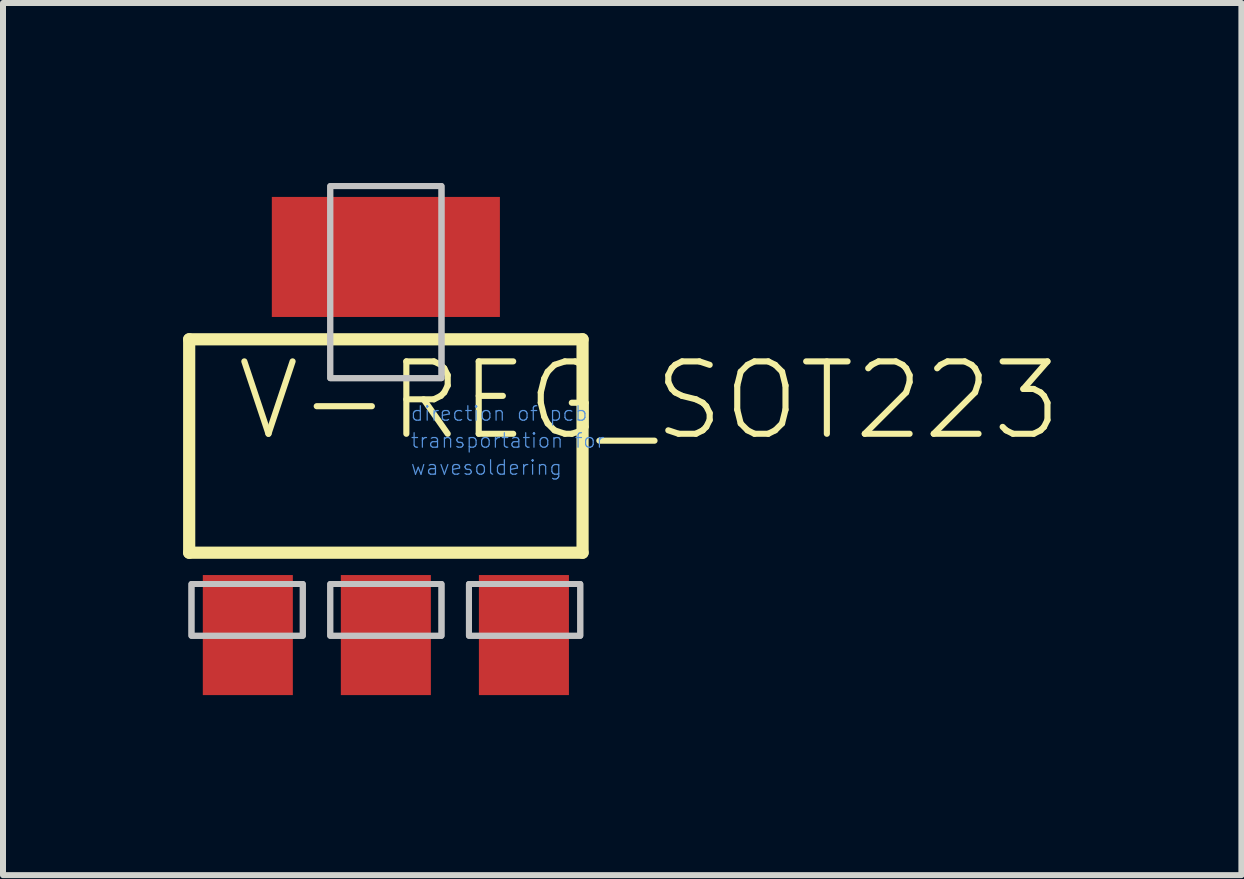
<source format=kicad_pcb>
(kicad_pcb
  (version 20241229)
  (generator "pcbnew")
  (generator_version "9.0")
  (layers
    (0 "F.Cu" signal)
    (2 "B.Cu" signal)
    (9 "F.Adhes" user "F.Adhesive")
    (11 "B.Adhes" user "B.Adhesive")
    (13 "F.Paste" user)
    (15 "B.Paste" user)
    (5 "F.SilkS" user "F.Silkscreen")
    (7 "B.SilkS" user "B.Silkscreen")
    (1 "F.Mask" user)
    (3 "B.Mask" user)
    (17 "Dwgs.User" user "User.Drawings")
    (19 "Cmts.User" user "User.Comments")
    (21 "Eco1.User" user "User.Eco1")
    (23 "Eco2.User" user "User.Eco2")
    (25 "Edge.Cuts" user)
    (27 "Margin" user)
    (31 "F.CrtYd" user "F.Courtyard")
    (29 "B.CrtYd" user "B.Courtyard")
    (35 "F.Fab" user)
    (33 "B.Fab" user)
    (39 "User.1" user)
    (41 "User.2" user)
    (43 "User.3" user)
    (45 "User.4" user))
  (footprint "V-REG_SOT223"
    (layer "F.Cu")
    (at 3.379 4.381)
    (property "Reference" "V-REG_SOT223" (at -2.54 -0.051 0) (layer "F.SilkS") (effects (font (size 1.206 1.206) (thickness 0.102)) (justify left bottom)))
    (attr through_hole)
    (fp_line (start -3.277 -1.778) (end 3.277 -1.778) (stroke (width 0.203) (type solid)) (layer "F.SilkS"))
    (fp_line (start -3.277 1.778) (end -3.277 -1.778) (stroke (width 0.203) (type solid)) (layer "F.SilkS"))
    (fp_line (start 3.277 -1.778) (end 3.277 1.778) (stroke (width 0.203) (type solid)) (layer "F.SilkS"))
    (fp_line (start 3.277 1.778) (end -3.277 1.778) (stroke (width 0.203) (type solid)) (layer "F.SilkS"))
    (fp_poly (pts (xy -3.239 3.162) (xy -1.384 3.162) (xy -1.384 2.299) (xy -3.239 2.299)) (stroke (width 0.1) (type solid)) (fill no) (layer "Dwgs.User"))
    (fp_poly (pts (xy -3.239 3.162) (xy -1.384 3.162) (xy -1.384 2.299) (xy -3.239 2.299)) (stroke (width 0.1) (type solid)) (fill no) (layer "Dwgs.User"))
    (fp_poly (pts (xy -0.927 -1.13) (xy 0.927 -1.13) (xy 0.927 -4.331) (xy -0.927 -4.331)) (stroke (width 0.1) (type solid)) (fill no) (layer "Dwgs.User"))
    (fp_poly (pts (xy -0.927 -1.13) (xy 0.927 -1.13) (xy 0.927 -4.331) (xy -0.927 -4.331)) (stroke (width 0.1) (type solid)) (fill no) (layer "Dwgs.User"))
    (fp_poly (pts (xy -0.927 3.162) (xy 0.927 3.162) (xy 0.927 2.299) (xy -0.927 2.299)) (stroke (width 0.1) (type solid)) (fill no) (layer "Dwgs.User"))
    (fp_poly (pts (xy -0.927 3.162) (xy 0.927 3.162) (xy 0.927 2.299) (xy -0.927 2.299)) (stroke (width 0.1) (type solid)) (fill no) (layer "Dwgs.User"))
    (fp_poly (pts (xy 1.384 3.162) (xy 3.239 3.162) (xy 3.239 2.299) (xy 1.384 2.299)) (stroke (width 0.1) (type solid)) (fill no) (layer "Dwgs.User"))
    (fp_poly (pts (xy 1.384 3.162) (xy 3.239 3.162) (xy 3.239 2.299) (xy 1.384 2.299)) (stroke (width 0.1) (type solid)) (fill no) (layer "Dwgs.User"))
    (fp_text user "direction of pcb" (at 0.4 -0.4 0) (layer "Cmts.User") (effects (font (size 0.241 0.241) (thickness 0.02)) (justify left bottom)))
    (fp_text user "transportation for" (at 0.4 0.05 0) (layer "Cmts.User") (effects (font (size 0.241 0.241) (thickness 0.02)) (justify left bottom)))
    (fp_text user "wavesoldering" (at 0.4 0.5 0) (layer "Cmts.User") (effects (font (size 0.241 0.241) (thickness 0.02)) (justify left bottom)))
    (pad "1" smd rect (at -2.3 3.15) (size 1.5 2) (layers "F.Cu" "F.Mask" "F.Paste"))
    (pad "2" smd rect (at -0.000063 3.15) (size 1.5 2) (layers "F.Cu" "F.Mask" "F.Paste"))
    (pad "3" smd rect (at 2.3 3.15) (size 1.5 2) (layers "F.Cu" "F.Mask" "F.Paste"))
    (pad "4" smd rect (at -0.000063 -3.15) (size 3.8 2) (layers "F.Cu" "F.Mask" "F.Paste")))
  (gr_rect
    (start -3 -3)
    (end 17.633 11.531)
    (stroke (width 0.1) (type default))
    (fill no)
    (layer "Edge.Cuts")))
</source>
